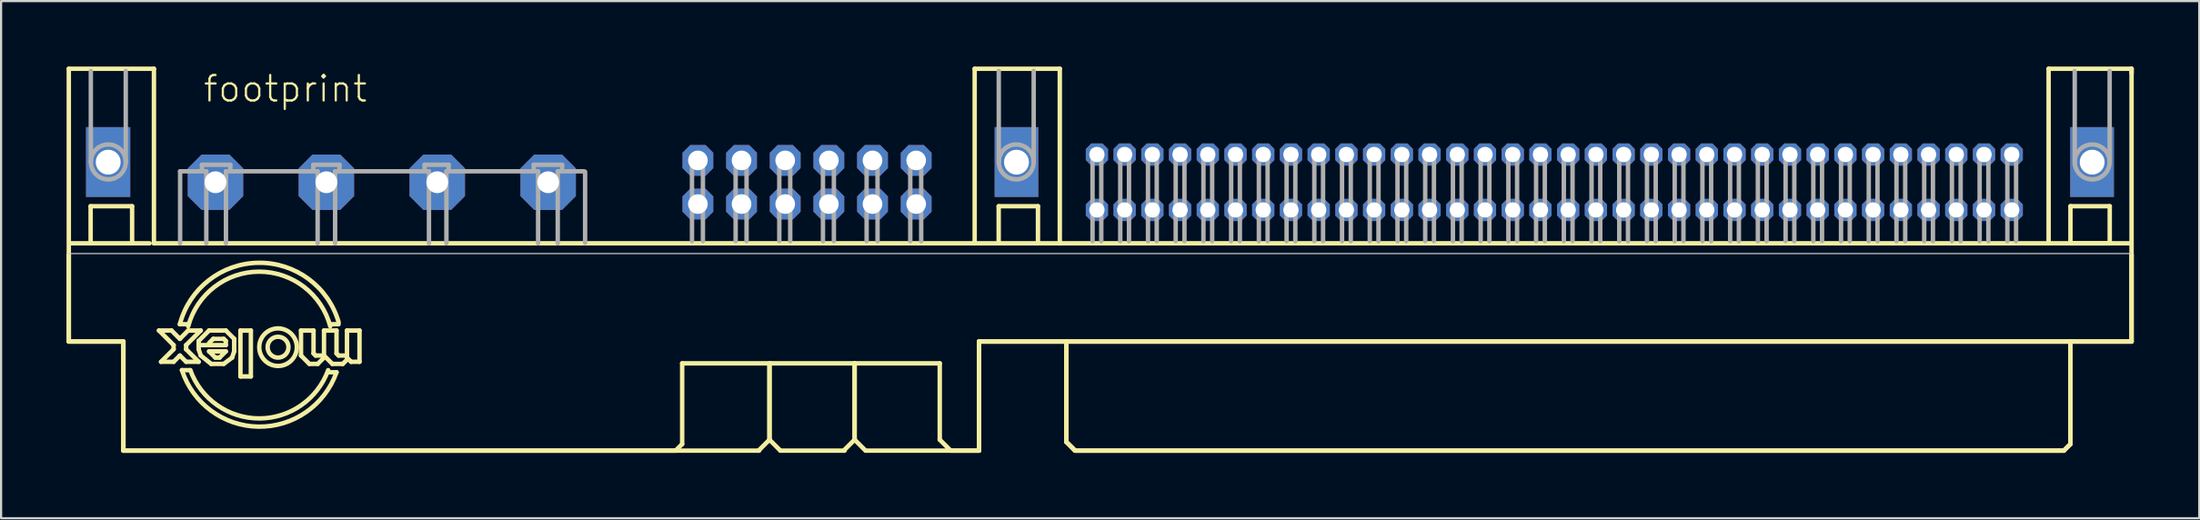
<source format=kicad_pcb>
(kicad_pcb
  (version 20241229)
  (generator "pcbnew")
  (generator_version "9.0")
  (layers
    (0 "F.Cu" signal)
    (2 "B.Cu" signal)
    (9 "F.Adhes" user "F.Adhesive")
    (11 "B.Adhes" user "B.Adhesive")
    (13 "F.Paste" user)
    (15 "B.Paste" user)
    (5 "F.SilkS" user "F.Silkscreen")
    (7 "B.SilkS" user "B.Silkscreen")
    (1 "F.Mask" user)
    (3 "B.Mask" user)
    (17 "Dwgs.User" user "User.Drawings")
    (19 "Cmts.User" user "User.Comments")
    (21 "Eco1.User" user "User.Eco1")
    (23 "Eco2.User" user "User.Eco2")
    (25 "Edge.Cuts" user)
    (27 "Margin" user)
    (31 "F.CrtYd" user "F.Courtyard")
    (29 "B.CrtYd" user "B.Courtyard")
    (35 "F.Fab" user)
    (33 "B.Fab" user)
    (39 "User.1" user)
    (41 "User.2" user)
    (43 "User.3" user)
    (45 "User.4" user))
  (footprint "footprint"
    (layer "F.Cu")
    (at 47.202 5.302)
    (property "Reference" "footprint" (at -41 -3.6 0) (layer "F.SilkS") (effects (font (size 1.168 1.168) (thickness 0.102)) (justify left bottom)))
    (fp_poly (pts (xy -46.31 0.675) (xy -44.285 0.675) (xy -44.285 -2.525) (xy -46.31 -2.525)) (stroke (width 0) (type solid)) (fill yes) (layer "F.Cu"))
    (fp_poly (pts (xy -4.685 0.675) (xy -2.685 0.675) (xy -2.685 -2.525) (xy -4.685 -2.525)) (stroke (width 0) (type solid)) (fill yes) (layer "F.Cu"))
    (fp_poly (pts (xy 44.59 0.675) (xy 46.59 0.675) (xy 46.59 -2.525) (xy 44.59 -2.525)) (stroke (width 0) (type solid)) (fill yes) (layer "F.Cu"))
    (fp_poly (pts (xy -46.31 0.675) (xy -44.285 0.675) (xy -44.285 -2.525) (xy -46.31 -2.525)) (stroke (width 0) (type solid)) (fill yes) (layer "B.Cu"))
    (fp_poly (pts (xy -4.685 0.675) (xy -2.685 0.675) (xy -2.685 -2.525) (xy -4.685 -2.525)) (stroke (width 0) (type solid)) (fill yes) (layer "B.Cu"))
    (fp_poly (pts (xy 44.59 0.675) (xy 46.59 0.675) (xy 46.59 -2.525) (xy 44.59 -2.525)) (stroke (width 0) (type solid)) (fill yes) (layer "B.Cu"))
    (fp_line (start -47.1 -5.2) (end -43.2 -5.2) (stroke (width 0.203) (type solid)) (layer "F.SilkS"))
    (fp_line (start -47.1 7.3) (end -47.1 -5.2) (stroke (width 0.203) (type solid)) (layer "F.SilkS"))
    (fp_line (start -47.1 7.3) (end -47.1 3.317) (stroke (width 0.203) (type solid)) (layer "F.SilkS"))
    (fp_line (start -47 2.8) (end -43.4 2.8) (stroke (width 0.203) (type solid)) (layer "F.SilkS"))
    (fp_line (start -46.1 1.1) (end -44.2 1.1) (stroke (width 0.203) (type solid)) (layer "F.SilkS"))
    (fp_line (start -46.1 2.7) (end -46.1 1.1) (stroke (width 0.203) (type solid)) (layer "F.SilkS"))
    (fp_line (start -44.6 7.3) (end -47.1 7.3) (stroke (width 0.203) (type solid)) (layer "F.SilkS"))
    (fp_line (start -44.6 7.3) (end -47.1 7.3) (stroke (width 0.203) (type solid)) (layer "F.SilkS"))
    (fp_line (start -44.6 12.3) (end -44.6 7.3) (stroke (width 0.203) (type solid)) (layer "F.SilkS"))
    (fp_line (start -44.6 12.3) (end -44.6 7.3) (stroke (width 0.203) (type solid)) (layer "F.SilkS"))
    (fp_line (start -44.2 1.1) (end -44.2 2.7) (stroke (width 0.203) (type solid)) (layer "F.SilkS"))
    (fp_line (start -43.2 -5.2) (end -43.2 2.8) (stroke (width 0.203) (type solid)) (layer "F.SilkS"))
    (fp_line (start -42.969 6.795) (end -42.395 6.795) (stroke (width 0.203) (type solid)) (layer "F.SilkS"))
    (fp_line (start -42.874 8.23) (end -42.299 7.656) (stroke (width 0.203) (type solid)) (layer "F.SilkS"))
    (fp_line (start -42.395 6.795) (end -42.012 7.178) (stroke (width 0.203) (type solid)) (layer "F.SilkS"))
    (fp_line (start -42.299 7.465) (end -42.969 6.795) (stroke (width 0.203) (type solid)) (layer "F.SilkS"))
    (fp_line (start -42.299 7.656) (end -42.299 7.465) (stroke (width 0.203) (type solid)) (layer "F.SilkS"))
    (fp_line (start -42.299 8.23) (end -42.874 8.23) (stroke (width 0.203) (type solid)) (layer "F.SilkS"))
    (fp_line (start -42.012 7.178) (end -41.63 6.795) (stroke (width 0.203) (type solid)) (layer "F.SilkS"))
    (fp_line (start -42.012 7.943) (end -42.299 8.23) (stroke (width 0.203) (type solid)) (layer "F.SilkS"))
    (fp_line (start -41.725 7.465) (end -41.725 7.656) (stroke (width 0.203) (type solid)) (layer "F.SilkS"))
    (fp_line (start -41.725 7.656) (end -41.151 8.23) (stroke (width 0.203) (type solid)) (layer "F.SilkS"))
    (fp_line (start -41.725 8.23) (end -42.012 7.943) (stroke (width 0.203) (type solid)) (layer "F.SilkS"))
    (fp_line (start -41.63 6.508) (end -42.012 6.508) (stroke (width 0.203) (type solid)) (layer "F.SilkS"))
    (fp_line (start -41.63 6.795) (end -41.055 6.795) (stroke (width 0.203) (type solid)) (layer "F.SilkS"))
    (fp_line (start -41.534 8.613) (end -41.917 8.613) (stroke (width 0.203) (type solid)) (layer "F.SilkS"))
    (fp_line (start -41.151 7.273) (end -41.151 7.656) (stroke (width 0.203) (type solid)) (layer "F.SilkS"))
    (fp_line (start -41.151 7.656) (end -41.055 7.943) (stroke (width 0.203) (type solid)) (layer "F.SilkS"))
    (fp_line (start -41.151 8.23) (end -41.725 8.23) (stroke (width 0.203) (type solid)) (layer "F.SilkS"))
    (fp_line (start -41.055 6.795) (end -41.725 7.465) (stroke (width 0.203) (type solid)) (layer "F.SilkS"))
    (fp_line (start -41.055 7.943) (end -40.577 8.326) (stroke (width 0.203) (type solid)) (layer "F.SilkS"))
    (fp_line (start -40.673 6.795) (end -41.151 7.273) (stroke (width 0.203) (type solid)) (layer "F.SilkS"))
    (fp_line (start -40.673 7.752) (end -40.385 8.039) (stroke (width 0.203) (type solid)) (layer "F.SilkS"))
    (fp_line (start -40.577 8.326) (end -40.003 8.326) (stroke (width 0.203) (type solid)) (layer "F.SilkS"))
    (fp_line (start -40.481 7.178) (end -40.673 7.369) (stroke (width 0.203) (type solid)) (layer "F.SilkS"))
    (fp_line (start -40.385 8.039) (end -40.194 8.039) (stroke (width 0.203) (type solid)) (layer "F.SilkS"))
    (fp_line (start -40.194 8.039) (end -39.907 7.752) (stroke (width 0.203) (type solid)) (layer "F.SilkS"))
    (fp_line (start -40.003 7.178) (end -40.481 7.178) (stroke (width 0.203) (type solid)) (layer "F.SilkS"))
    (fp_line (start -40.003 8.326) (end -39.62 8.039) (stroke (width 0.203) (type solid)) (layer "F.SilkS"))
    (fp_line (start -39.907 6.795) (end -40.673 6.795) (stroke (width 0.203) (type solid)) (layer "F.SilkS"))
    (fp_line (start -39.907 7.273) (end -40.003 7.178) (stroke (width 0.203) (type solid)) (layer "F.SilkS"))
    (fp_line (start -39.907 7.465) (end -41.055 7.465) (stroke (width 0.203) (type solid)) (layer "F.SilkS"))
    (fp_line (start -39.907 7.465) (end -39.907 7.273) (stroke (width 0.203) (type solid)) (layer "F.SilkS"))
    (fp_line (start -39.907 7.752) (end -40.673 7.752) (stroke (width 0.203) (type solid)) (layer "F.SilkS"))
    (fp_line (start -39.62 8.039) (end -39.524 7.752) (stroke (width 0.203) (type solid)) (layer "F.SilkS"))
    (fp_line (start -39.524 7.178) (end -39.907 6.795) (stroke (width 0.203) (type solid)) (layer "F.SilkS"))
    (fp_line (start -39.524 7.752) (end -39.524 7.178) (stroke (width 0.203) (type solid)) (layer "F.SilkS"))
    (fp_line (start -39.237 6.795) (end -39.237 8.9) (stroke (width 0.203) (type solid)) (layer "F.SilkS"))
    (fp_line (start -39.237 8.9) (end -38.759 8.9) (stroke (width 0.203) (type solid)) (layer "F.SilkS"))
    (fp_line (start -38.759 6.795) (end -39.237 6.795) (stroke (width 0.203) (type solid)) (layer "F.SilkS"))
    (fp_line (start -38.759 8.9) (end -38.759 6.795) (stroke (width 0.203) (type solid)) (layer "F.SilkS"))
    (fp_line (start -36.462 6.795) (end -36.462 7.943) (stroke (width 0.203) (type solid)) (layer "F.SilkS"))
    (fp_line (start -36.462 7.943) (end -36.079 8.326) (stroke (width 0.203) (type solid)) (layer "F.SilkS"))
    (fp_line (start -36.079 8.326) (end -35.696 8.326) (stroke (width 0.203) (type solid)) (layer "F.SilkS"))
    (fp_line (start -35.888 6.795) (end -36.462 6.795) (stroke (width 0.203) (type solid)) (layer "F.SilkS"))
    (fp_line (start -35.888 7.847) (end -35.888 6.795) (stroke (width 0.203) (type solid)) (layer "F.SilkS"))
    (fp_line (start -35.792 7.943) (end -35.888 7.847) (stroke (width 0.203) (type solid)) (layer "F.SilkS"))
    (fp_line (start -35.696 8.326) (end -35.409 8.039) (stroke (width 0.203) (type solid)) (layer "F.SilkS"))
    (fp_line (start -35.505 7.943) (end -35.792 7.943) (stroke (width 0.203) (type solid)) (layer "F.SilkS"))
    (fp_line (start -35.409 6.795) (end -35.409 7.943) (stroke (width 0.203) (type solid)) (layer "F.SilkS"))
    (fp_line (start -35.409 7.943) (end -35.026 8.326) (stroke (width 0.203) (type solid)) (layer "F.SilkS"))
    (fp_line (start -35.218 8.709) (end -34.835 8.709) (stroke (width 0.203) (type solid)) (layer "F.SilkS"))
    (fp_line (start -35.122 6.508) (end -34.739 6.508) (stroke (width 0.203) (type solid)) (layer "F.SilkS"))
    (fp_line (start -35.026 8.326) (end -34.548 8.326) (stroke (width 0.203) (type solid)) (layer "F.SilkS"))
    (fp_line (start -34.835 6.795) (end -35.409 6.795) (stroke (width 0.203) (type solid)) (layer "F.SilkS"))
    (fp_line (start -34.835 7.847) (end -34.835 6.795) (stroke (width 0.203) (type solid)) (layer "F.SilkS"))
    (fp_line (start -34.739 7.943) (end -34.835 7.847) (stroke (width 0.203) (type solid)) (layer "F.SilkS"))
    (fp_line (start -34.548 8.326) (end -34.356 8.135) (stroke (width 0.203) (type solid)) (layer "F.SilkS"))
    (fp_line (start -34.452 7.943) (end -34.739 7.943) (stroke (width 0.203) (type solid)) (layer "F.SilkS"))
    (fp_line (start -34.356 6.795) (end -34.356 8.039) (stroke (width 0.203) (type solid)) (layer "F.SilkS"))
    (fp_line (start -34.356 8.039) (end -34.165 8.23) (stroke (width 0.203) (type solid)) (layer "F.SilkS"))
    (fp_line (start -34.165 8.23) (end -33.782 8.23) (stroke (width 0.203) (type solid)) (layer "F.SilkS"))
    (fp_line (start -33.782 6.795) (end -34.356 6.795) (stroke (width 0.203) (type solid)) (layer "F.SilkS"))
    (fp_line (start -33.782 8.23) (end -33.782 6.795) (stroke (width 0.203) (type solid)) (layer "F.SilkS"))
    (fp_line (start -19.3 12.3) (end -44.6 12.3) (stroke (width 0.203) (type solid)) (layer "F.SilkS"))
    (fp_line (start -19 8.3) (end -19 12) (stroke (width 0.203) (type solid)) (layer "F.SilkS"))
    (fp_line (start -19 12) (end -19.3 12.3) (stroke (width 0.203) (type solid)) (layer "F.SilkS"))
    (fp_line (start -15.5 12.3) (end -44.6 12.3) (stroke (width 0.203) (type solid)) (layer "F.SilkS"))
    (fp_line (start -15.5 12.3) (end -15.472 12.3) (stroke (width 0.203) (type solid)) (layer "F.SilkS"))
    (fp_line (start -15 8.3) (end -19 8.3) (stroke (width 0.203) (type solid)) (layer "F.SilkS"))
    (fp_line (start -15 11.8) (end -15.5 12.3) (stroke (width 0.203) (type solid)) (layer "F.SilkS"))
    (fp_line (start -15 11.8) (end -15 8.3) (stroke (width 0.203) (type solid)) (layer "F.SilkS"))
    (fp_line (start -15 11.8) (end -15 8.3) (stroke (width 0.203) (type solid)) (layer "F.SilkS"))
    (fp_line (start -14.5 12.3) (end -15 11.8) (stroke (width 0.203) (type solid)) (layer "F.SilkS"))
    (fp_line (start -11.557 12.3) (end -14.5 12.3) (stroke (width 0.203) (type solid)) (layer "F.SilkS"))
    (fp_line (start -11.172 8.3) (end -14.951 8.3) (stroke (width 0.203) (type solid)) (layer "F.SilkS"))
    (fp_line (start -11.1 8.3) (end -11.1 11.8) (stroke (width 0.203) (type solid)) (layer "F.SilkS"))
    (fp_line (start -11.1 8.3) (end -11.1 11.8) (stroke (width 0.203) (type solid)) (layer "F.SilkS"))
    (fp_line (start -11.1 11.8) (end -11.6 12.3) (stroke (width 0.203) (type solid)) (layer "F.SilkS"))
    (fp_line (start -11.1 11.8) (end -10.6 12.3) (stroke (width 0.203) (type solid)) (layer "F.SilkS"))
    (fp_line (start -10.588 12.3) (end -5.4 12.3) (stroke (width 0.203) (type solid)) (layer "F.SilkS"))
    (fp_line (start -7.2 8.3) (end -11.1 8.3) (stroke (width 0.203) (type solid)) (layer "F.SilkS"))
    (fp_line (start -7.2 11.8) (end -7.2 8.3) (stroke (width 0.203) (type solid)) (layer "F.SilkS"))
    (fp_line (start -6.7 12.3) (end -7.2 11.8) (stroke (width 0.203) (type solid)) (layer "F.SilkS"))
    (fp_line (start -5.6 -5.2) (end -1.7 -5.2) (stroke (width 0.203) (type solid)) (layer "F.SilkS"))
    (fp_line (start -5.6 2.8) (end -43.2 2.8) (stroke (width 0.203) (type solid)) (layer "F.SilkS"))
    (fp_line (start -5.6 2.8) (end -5.6 -5.2) (stroke (width 0.203) (type solid)) (layer "F.SilkS"))
    (fp_line (start -5.4 7.3) (end -5.4 12.3) (stroke (width 0.203) (type solid)) (layer "F.SilkS"))
    (fp_line (start -5.4 7.3) (end -5.4 12.3) (stroke (width 0.203) (type solid)) (layer "F.SilkS"))
    (fp_line (start -5.4 12.3) (end -6.7 12.3) (stroke (width 0.203) (type solid)) (layer "F.SilkS"))
    (fp_line (start -4.6 2.8) (end -5.6 2.8) (stroke (width 0.203) (type solid)) (layer "F.SilkS"))
    (fp_line (start -4.5 1.1) (end -2.7 1.1) (stroke (width 0.203) (type solid)) (layer "F.SilkS"))
    (fp_line (start -4.5 2.8) (end -4.5 1.1) (stroke (width 0.203) (type solid)) (layer "F.SilkS"))
    (fp_line (start -2.7 1.1) (end -2.7 2.8) (stroke (width 0.203) (type solid)) (layer "F.SilkS"))
    (fp_line (start -2.7 2.8) (end -4.5 2.8) (stroke (width 0.203) (type solid)) (layer "F.SilkS"))
    (fp_line (start -1.7 -5.2) (end -1.7 2.8) (stroke (width 0.203) (type solid)) (layer "F.SilkS"))
    (fp_line (start -1.7 2.8) (end -2.6 2.8) (stroke (width 0.203) (type solid)) (layer "F.SilkS"))
    (fp_line (start -1.4 7.3) (end -5.4 7.3) (stroke (width 0.203) (type solid)) (layer "F.SilkS"))
    (fp_line (start -1.4 7.3) (end -5.4 7.3) (stroke (width 0.203) (type solid)) (layer "F.SilkS"))
    (fp_line (start -1.4 7.3) (end -1.4 11.9) (stroke (width 0.203) (type solid)) (layer "F.SilkS"))
    (fp_line (start -1.4 7.3) (end -1.4 11.9) (stroke (width 0.203) (type solid)) (layer "F.SilkS"))
    (fp_line (start -1.4 11.9) (end -1 12.3) (stroke (width 0.203) (type solid)) (layer "F.SilkS"))
    (fp_line (start -1.4 11.9) (end -1 12.3) (stroke (width 0.203) (type solid)) (layer "F.SilkS"))
    (fp_line (start -1 12.3) (end 44.3 12.3) (stroke (width 0.203) (type solid)) (layer "F.SilkS"))
    (fp_line (start -1 12.3) (end 44.3 12.3) (stroke (width 0.203) (type solid)) (layer "F.SilkS"))
    (fp_line (start 43.6 -5.2) (end 43.6 2.8) (stroke (width 0.203) (type solid)) (layer "F.SilkS"))
    (fp_line (start 43.6 2.8) (end -1.7 2.8) (stroke (width 0.203) (type solid)) (layer "F.SilkS"))
    (fp_line (start 44.6 1.1) (end 46.4 1.1) (stroke (width 0.203) (type solid)) (layer "F.SilkS"))
    (fp_line (start 44.6 2.8) (end 44.6 1.1) (stroke (width 0.203) (type solid)) (layer "F.SilkS"))
    (fp_line (start 44.6 7.3) (end -1.4 7.3) (stroke (width 0.203) (type solid)) (layer "F.SilkS"))
    (fp_line (start 44.6 7.3) (end -1.4 7.3) (stroke (width 0.203) (type solid)) (layer "F.SilkS"))
    (fp_line (start 44.6 7.3) (end 44.6 12) (stroke (width 0.203) (type solid)) (layer "F.SilkS"))
    (fp_line (start 44.6 7.3) (end 44.6 12) (stroke (width 0.203) (type solid)) (layer "F.SilkS"))
    (fp_line (start 44.6 12) (end 44.3 12.3) (stroke (width 0.203) (type solid)) (layer "F.SilkS"))
    (fp_line (start 44.6 12) (end 44.3 12.3) (stroke (width 0.203) (type solid)) (layer "F.SilkS"))
    (fp_line (start 46.4 1.1) (end 46.4 2.8) (stroke (width 0.203) (type solid)) (layer "F.SilkS"))
    (fp_line (start 46.4 2.8) (end 44.6 2.8) (stroke (width 0.203) (type solid)) (layer "F.SilkS"))
    (fp_line (start 47.332 2.8) (end 43.662 2.8) (stroke (width 0.203) (type solid)) (layer "F.SilkS"))
    (fp_line (start 47.4 -5.2) (end 43.6 -5.2) (stroke (width 0.203) (type solid)) (layer "F.SilkS"))
    (fp_line (start 47.4 -5) (end 47.4 -5.2) (stroke (width 0.203) (type solid)) (layer "F.SilkS"))
    (fp_line (start 47.4 7.3) (end 44.6 7.3) (stroke (width 0.203) (type solid)) (layer "F.SilkS"))
    (fp_line (start 47.4 7.3) (end 44.6 7.3) (stroke (width 0.203) (type solid)) (layer "F.SilkS"))
    (fp_line (start 47.4 7.3) (end 47.4 -5.2) (stroke (width 0.203) (type solid)) (layer "F.SilkS"))
    (fp_line (start 47.4 7.3) (end 47.4 3.317) (stroke (width 0.203) (type solid)) (layer "F.SilkS"))
    (fp_arc (start -42.012 6.508) (mid -38.411821 3.692125) (end -34.738799 6.4123) (stroke (width 0.2032) (type solid)) (layer "F.SilkS"))
    (fp_arc (start -41.6295 6.6033) (mid -38.3757 4.098734) (end -35.1219 6.6033) (stroke (width 0.2032) (type solid)) (layer "F.SilkS"))
    (fp_arc (start -35.2178 8.613) (mid -38.3759 10.825019) (end -41.534 8.613) (stroke (width 0.2032) (type solid)) (layer "F.SilkS"))
    (fp_arc (start -34.835199 8.708699) (mid -38.41044 11.20211) (end -41.917 8.613) (stroke (width 0.2032) (type solid)) (layer "F.SilkS"))
    (fp_circle (center -37.514 7.56) (end -37.036 7.56) (stroke (width 0.203) (type solid)) (fill no) (layer "F.SilkS"))
    (fp_circle (center -37.514 7.56) (end -36.653 7.56) (stroke (width 0.203) (type solid)) (fill no) (layer "F.SilkS"))
    (fp_line (start -47.124 3.27) (end 47.404 3.27) (stroke (width 0.05) (type solid)) (layer "Edge.Cuts"))
    (fp_line (start -46.091 -5.1) (end -46.091 -0.93) (stroke (width 0.203) (type solid)) (layer "F.Fab"))
    (fp_line (start -44.491 -5.1) (end -44.491 -0.93) (stroke (width 0.203) (type solid)) (layer "F.Fab"))
    (fp_line (start -42 -0.5) (end -40.8 -0.5) (stroke (width 0.203) (type solid)) (layer "F.Fab"))
    (fp_line (start -42 2.8) (end -42 -0.5) (stroke (width 0.203) (type solid)) (layer "F.Fab"))
    (fp_line (start -41 -0.8) (end -39.7 -0.8) (stroke (width 0.203) (type solid)) (layer "F.Fab"))
    (fp_line (start -41 -0.6) (end -41 -0.8) (stroke (width 0.203) (type solid)) (layer "F.Fab"))
    (fp_line (start -40.8 -0.5) (end -40.8 2.8) (stroke (width 0.203) (type solid)) (layer "F.Fab"))
    (fp_line (start -39.9 -0.5) (end -35.7 -0.5) (stroke (width 0.203) (type solid)) (layer "F.Fab"))
    (fp_line (start -39.9 2.8) (end -39.9 -0.5) (stroke (width 0.203) (type solid)) (layer "F.Fab"))
    (fp_line (start -39.7 -0.8) (end -39.7 -0.6) (stroke (width 0.203) (type solid)) (layer "F.Fab"))
    (fp_line (start -35.9 -0.8) (end -34.7 -0.8) (stroke (width 0.203) (type solid)) (layer "F.Fab"))
    (fp_line (start -35.9 -0.6) (end -35.9 -0.8) (stroke (width 0.203) (type solid)) (layer "F.Fab"))
    (fp_line (start -35.7 -0.5) (end -35.7 2.8) (stroke (width 0.203) (type solid)) (layer "F.Fab"))
    (fp_line (start -34.9 -0.5) (end -30.6 -0.5) (stroke (width 0.203) (type solid)) (layer "F.Fab"))
    (fp_line (start -34.9 2.8) (end -34.9 -0.5) (stroke (width 0.203) (type solid)) (layer "F.Fab"))
    (fp_line (start -34.7 -0.8) (end -34.7 -0.6) (stroke (width 0.203) (type solid)) (layer "F.Fab"))
    (fp_line (start -30.8 -0.8) (end -29.7 -0.8) (stroke (width 0.203) (type solid)) (layer "F.Fab"))
    (fp_line (start -30.8 -0.6) (end -30.8 -0.8) (stroke (width 0.203) (type solid)) (layer "F.Fab"))
    (fp_line (start -30.6 -0.5) (end -30.6 2.8) (stroke (width 0.203) (type solid)) (layer "F.Fab"))
    (fp_line (start -29.8 -0.5) (end -25.6 -0.5) (stroke (width 0.203) (type solid)) (layer "F.Fab"))
    (fp_line (start -29.8 2.8) (end -29.8 -0.5) (stroke (width 0.203) (type solid)) (layer "F.Fab"))
    (fp_line (start -29.7 -0.8) (end -29.7 -0.6) (stroke (width 0.203) (type solid)) (layer "F.Fab"))
    (fp_line (start -25.8 -0.8) (end -24.5 -0.8) (stroke (width 0.203) (type solid)) (layer "F.Fab"))
    (fp_line (start -25.8 -0.6) (end -25.8 -0.8) (stroke (width 0.203) (type solid)) (layer "F.Fab"))
    (fp_line (start -25.6 -0.5) (end -25.6 2.8) (stroke (width 0.203) (type solid)) (layer "F.Fab"))
    (fp_line (start -24.7 -0.5) (end -23.5 -0.5) (stroke (width 0.203) (type solid)) (layer "F.Fab"))
    (fp_line (start -24.7 2.8) (end -24.7 -0.5) (stroke (width 0.203) (type solid)) (layer "F.Fab"))
    (fp_line (start -24.5 -0.8) (end -24.5 -0.6) (stroke (width 0.203) (type solid)) (layer "F.Fab"))
    (fp_line (start -23.447 -0.479) (end -23.447 2.775) (stroke (width 0.203) (type solid)) (layer "F.Fab"))
    (fp_line (start -18.55 -1.2) (end -18.05 -1.2) (stroke (width 0.203) (type solid)) (layer "F.Fab"))
    (fp_line (start -18.55 2.7) (end -18.55 -1.2) (stroke (width 0.203) (type solid)) (layer "F.Fab"))
    (fp_line (start -18.05 -1.2) (end -18.05 2.7) (stroke (width 0.203) (type solid)) (layer "F.Fab"))
    (fp_line (start -16.55 -1.2) (end -16.05 -1.2) (stroke (width 0.203) (type solid)) (layer "F.Fab"))
    (fp_line (start -16.55 2.7) (end -16.55 -1.2) (stroke (width 0.203) (type solid)) (layer "F.Fab"))
    (fp_line (start -16.05 -1.2) (end -16.05 2.7) (stroke (width 0.203) (type solid)) (layer "F.Fab"))
    (fp_line (start -14.55 -1.2) (end -14.05 -1.2) (stroke (width 0.203) (type solid)) (layer "F.Fab"))
    (fp_line (start -14.55 2.7) (end -14.55 -1.2) (stroke (width 0.203) (type solid)) (layer "F.Fab"))
    (fp_line (start -14.05 -1.2) (end -14.05 2.7) (stroke (width 0.203) (type solid)) (layer "F.Fab"))
    (fp_line (start -12.55 -1.2) (end -12.05 -1.2) (stroke (width 0.203) (type solid)) (layer "F.Fab"))
    (fp_line (start -12.55 2.7) (end -12.55 -1.2) (stroke (width 0.203) (type solid)) (layer "F.Fab"))
    (fp_line (start -12.05 -1.2) (end -12.05 2.7) (stroke (width 0.203) (type solid)) (layer "F.Fab"))
    (fp_line (start -10.55 -1.2) (end -10.05 -1.2) (stroke (width 0.203) (type solid)) (layer "F.Fab"))
    (fp_line (start -10.55 2.7) (end -10.55 -1.2) (stroke (width 0.203) (type solid)) (layer "F.Fab"))
    (fp_line (start -10.05 -1.2) (end -10.05 2.7) (stroke (width 0.203) (type solid)) (layer "F.Fab"))
    (fp_line (start -8.55 -1.2) (end -8.05 -1.2) (stroke (width 0.203) (type solid)) (layer "F.Fab"))
    (fp_line (start -8.55 2.7) (end -8.55 -1.2) (stroke (width 0.203) (type solid)) (layer "F.Fab"))
    (fp_line (start -8.05 -1.2) (end -8.05 2.7) (stroke (width 0.203) (type solid)) (layer "F.Fab"))
    (fp_line (start -4.496 -0.93) (end -4.496 -5.1) (stroke (width 0.203) (type solid)) (layer "F.Fab"))
    (fp_line (start -2.896 -0.93) (end -2.896 -5.1) (stroke (width 0.203) (type solid)) (layer "F.Fab"))
    (fp_line (start -0.2 -1.438) (end 0.2 -1.438) (stroke (width 0.203) (type solid)) (layer "F.Fab"))
    (fp_line (start -0.2 2.7) (end -0.2 -1.438) (stroke (width 0.203) (type solid)) (layer "F.Fab"))
    (fp_line (start 0.2 -1.438) (end 0.2 2.7) (stroke (width 0.203) (type solid)) (layer "F.Fab"))
    (fp_line (start 1.07 -1.438) (end 1.47 -1.438) (stroke (width 0.203) (type solid)) (layer "F.Fab"))
    (fp_line (start 1.07 2.7) (end 1.07 -1.438) (stroke (width 0.203) (type solid)) (layer "F.Fab"))
    (fp_line (start 1.47 -1.438) (end 1.47 2.7) (stroke (width 0.203) (type solid)) (layer "F.Fab"))
    (fp_line (start 2.34 -1.438) (end 2.74 -1.438) (stroke (width 0.203) (type solid)) (layer "F.Fab"))
    (fp_line (start 2.34 2.7) (end 2.34 -1.438) (stroke (width 0.203) (type solid)) (layer "F.Fab"))
    (fp_line (start 2.74 -1.438) (end 2.74 2.7) (stroke (width 0.203) (type solid)) (layer "F.Fab"))
    (fp_line (start 3.61 -1.438) (end 4.01 -1.438) (stroke (width 0.203) (type solid)) (layer "F.Fab"))
    (fp_line (start 3.61 2.7) (end 3.61 -1.438) (stroke (width 0.203) (type solid)) (layer "F.Fab"))
    (fp_line (start 4.01 -1.438) (end 4.01 2.7) (stroke (width 0.203) (type solid)) (layer "F.Fab"))
    (fp_line (start 4.88 -1.438) (end 5.28 -1.438) (stroke (width 0.203) (type solid)) (layer "F.Fab"))
    (fp_line (start 4.88 2.7) (end 4.88 -1.438) (stroke (width 0.203) (type solid)) (layer "F.Fab"))
    (fp_line (start 5.28 -1.438) (end 5.28 2.7) (stroke (width 0.203) (type solid)) (layer "F.Fab"))
    (fp_line (start 6.15 -1.438) (end 6.55 -1.438) (stroke (width 0.203) (type solid)) (layer "F.Fab"))
    (fp_line (start 6.15 2.7) (end 6.15 -1.438) (stroke (width 0.203) (type solid)) (layer "F.Fab"))
    (fp_line (start 6.55 -1.438) (end 6.55 2.7) (stroke (width 0.203) (type solid)) (layer "F.Fab"))
    (fp_line (start 7.42 -1.438) (end 7.82 -1.438) (stroke (width 0.203) (type solid)) (layer "F.Fab"))
    (fp_line (start 7.42 2.7) (end 7.42 -1.438) (stroke (width 0.203) (type solid)) (layer "F.Fab"))
    (fp_line (start 7.82 -1.438) (end 7.82 2.7) (stroke (width 0.203) (type solid)) (layer "F.Fab"))
    (fp_line (start 8.69 -1.438) (end 9.09 -1.438) (stroke (width 0.203) (type solid)) (layer "F.Fab"))
    (fp_line (start 8.69 2.7) (end 8.69 -1.438) (stroke (width 0.203) (type solid)) (layer "F.Fab"))
    (fp_line (start 9.09 -1.438) (end 9.09 2.7) (stroke (width 0.203) (type solid)) (layer "F.Fab"))
    (fp_line (start 9.96 -1.438) (end 10.36 -1.438) (stroke (width 0.203) (type solid)) (layer "F.Fab"))
    (fp_line (start 9.96 2.7) (end 9.96 -1.438) (stroke (width 0.203) (type solid)) (layer "F.Fab"))
    (fp_line (start 10.36 -1.438) (end 10.36 2.7) (stroke (width 0.203) (type solid)) (layer "F.Fab"))
    (fp_line (start 11.23 -1.438) (end 11.63 -1.438) (stroke (width 0.203) (type solid)) (layer "F.Fab"))
    (fp_line (start 11.23 2.7) (end 11.23 -1.438) (stroke (width 0.203) (type solid)) (layer "F.Fab"))
    (fp_line (start 11.63 -1.438) (end 11.63 2.7) (stroke (width 0.203) (type solid)) (layer "F.Fab"))
    (fp_line (start 12.5 -1.438) (end 12.9 -1.438) (stroke (width 0.203) (type solid)) (layer "F.Fab"))
    (fp_line (start 12.5 2.7) (end 12.5 -1.438) (stroke (width 0.203) (type solid)) (layer "F.Fab"))
    (fp_line (start 12.9 -1.438) (end 12.9 2.7) (stroke (width 0.203) (type solid)) (layer "F.Fab"))
    (fp_line (start 13.77 -1.438) (end 14.17 -1.438) (stroke (width 0.203) (type solid)) (layer "F.Fab"))
    (fp_line (start 13.77 2.7) (end 13.77 -1.438) (stroke (width 0.203) (type solid)) (layer "F.Fab"))
    (fp_line (start 14.17 -1.438) (end 14.17 2.7) (stroke (width 0.203) (type solid)) (layer "F.Fab"))
    (fp_line (start 15.04 -1.438) (end 15.44 -1.438) (stroke (width 0.203) (type solid)) (layer "F.Fab"))
    (fp_line (start 15.04 2.7) (end 15.04 -1.438) (stroke (width 0.203) (type solid)) (layer "F.Fab"))
    (fp_line (start 15.44 -1.438) (end 15.44 2.7) (stroke (width 0.203) (type solid)) (layer "F.Fab"))
    (fp_line (start 16.31 -1.438) (end 16.71 -1.438) (stroke (width 0.203) (type solid)) (layer "F.Fab"))
    (fp_line (start 16.31 2.7) (end 16.31 -1.438) (stroke (width 0.203) (type solid)) (layer "F.Fab"))
    (fp_line (start 16.71 -1.438) (end 16.71 2.7) (stroke (width 0.203) (type solid)) (layer "F.Fab"))
    (fp_line (start 17.58 -1.438) (end 17.98 -1.438) (stroke (width 0.203) (type solid)) (layer "F.Fab"))
    (fp_line (start 17.58 2.7) (end 17.58 -1.438) (stroke (width 0.203) (type solid)) (layer "F.Fab"))
    (fp_line (start 17.98 -1.438) (end 17.98 2.7) (stroke (width 0.203) (type solid)) (layer "F.Fab"))
    (fp_line (start 18.85 -1.438) (end 19.25 -1.438) (stroke (width 0.203) (type solid)) (layer "F.Fab"))
    (fp_line (start 18.85 2.7) (end 18.85 -1.438) (stroke (width 0.203) (type solid)) (layer "F.Fab"))
    (fp_line (start 19.25 -1.438) (end 19.25 2.7) (stroke (width 0.203) (type solid)) (layer "F.Fab"))
    (fp_line (start 20.12 -1.438) (end 20.52 -1.438) (stroke (width 0.203) (type solid)) (layer "F.Fab"))
    (fp_line (start 20.12 2.7) (end 20.12 -1.438) (stroke (width 0.203) (type solid)) (layer "F.Fab"))
    (fp_line (start 20.52 -1.438) (end 20.52 2.7) (stroke (width 0.203) (type solid)) (layer "F.Fab"))
    (fp_line (start 21.39 -1.438) (end 21.79 -1.438) (stroke (width 0.203) (type solid)) (layer "F.Fab"))
    (fp_line (start 21.39 2.7) (end 21.39 -1.438) (stroke (width 0.203) (type solid)) (layer "F.Fab"))
    (fp_line (start 21.79 -1.438) (end 21.79 2.7) (stroke (width 0.203) (type solid)) (layer "F.Fab"))
    (fp_line (start 22.66 -1.438) (end 23.06 -1.438) (stroke (width 0.203) (type solid)) (layer "F.Fab"))
    (fp_line (start 22.66 2.7) (end 22.66 -1.438) (stroke (width 0.203) (type solid)) (layer "F.Fab"))
    (fp_line (start 23.06 -1.438) (end 23.06 2.7) (stroke (width 0.203) (type solid)) (layer "F.Fab"))
    (fp_line (start 23.93 -1.438) (end 24.33 -1.438) (stroke (width 0.203) (type solid)) (layer "F.Fab"))
    (fp_line (start 23.93 2.7) (end 23.93 -1.438) (stroke (width 0.203) (type solid)) (layer "F.Fab"))
    (fp_line (start 24.33 -1.438) (end 24.33 2.7) (stroke (width 0.203) (type solid)) (layer "F.Fab"))
    (fp_line (start 25.2 -1.438) (end 25.6 -1.438) (stroke (width 0.203) (type solid)) (layer "F.Fab"))
    (fp_line (start 25.2 2.7) (end 25.2 -1.438) (stroke (width 0.203) (type solid)) (layer "F.Fab"))
    (fp_line (start 25.6 -1.438) (end 25.6 2.7) (stroke (width 0.203) (type solid)) (layer "F.Fab"))
    (fp_line (start 26.47 -1.438) (end 26.87 -1.438) (stroke (width 0.203) (type solid)) (layer "F.Fab"))
    (fp_line (start 26.47 2.7) (end 26.47 -1.438) (stroke (width 0.203) (type solid)) (layer "F.Fab"))
    (fp_line (start 26.87 -1.438) (end 26.87 2.7) (stroke (width 0.203) (type solid)) (layer "F.Fab"))
    (fp_line (start 27.74 -1.438) (end 28.14 -1.438) (stroke (width 0.203) (type solid)) (layer "F.Fab"))
    (fp_line (start 27.74 2.7) (end 27.74 -1.438) (stroke (width 0.203) (type solid)) (layer "F.Fab"))
    (fp_line (start 28.14 -1.438) (end 28.14 2.7) (stroke (width 0.203) (type solid)) (layer "F.Fab"))
    (fp_line (start 29.01 -1.438) (end 29.41 -1.438) (stroke (width 0.203) (type solid)) (layer "F.Fab"))
    (fp_line (start 29.01 2.7) (end 29.01 -1.438) (stroke (width 0.203) (type solid)) (layer "F.Fab"))
    (fp_line (start 29.41 -1.438) (end 29.41 2.7) (stroke (width 0.203) (type solid)) (layer "F.Fab"))
    (fp_line (start 30.28 -1.438) (end 30.68 -1.438) (stroke (width 0.203) (type solid)) (layer "F.Fab"))
    (fp_line (start 30.28 2.7) (end 30.28 -1.438) (stroke (width 0.203) (type solid)) (layer "F.Fab"))
    (fp_line (start 30.68 -1.438) (end 30.68 2.7) (stroke (width 0.203) (type solid)) (layer "F.Fab"))
    (fp_line (start 31.55 -1.438) (end 31.95 -1.438) (stroke (width 0.203) (type solid)) (layer "F.Fab"))
    (fp_line (start 31.55 2.7) (end 31.55 -1.438) (stroke (width 0.203) (type solid)) (layer "F.Fab"))
    (fp_line (start 31.95 -1.438) (end 31.95 2.7) (stroke (width 0.203) (type solid)) (layer "F.Fab"))
    (fp_line (start 32.82 -1.438) (end 33.22 -1.438) (stroke (width 0.203) (type solid)) (layer "F.Fab"))
    (fp_line (start 32.82 2.7) (end 32.82 -1.438) (stroke (width 0.203) (type solid)) (layer "F.Fab"))
    (fp_line (start 33.22 -1.438) (end 33.22 2.7) (stroke (width 0.203) (type solid)) (layer "F.Fab"))
    (fp_line (start 34.09 -1.438) (end 34.49 -1.438) (stroke (width 0.203) (type solid)) (layer "F.Fab"))
    (fp_line (start 34.09 2.7) (end 34.09 -1.438) (stroke (width 0.203) (type solid)) (layer "F.Fab"))
    (fp_line (start 34.49 -1.438) (end 34.49 2.7) (stroke (width 0.203) (type solid)) (layer "F.Fab"))
    (fp_line (start 35.36 -1.438) (end 35.76 -1.438) (stroke (width 0.203) (type solid)) (layer "F.Fab"))
    (fp_line (start 35.36 2.7) (end 35.36 -1.438) (stroke (width 0.203) (type solid)) (layer "F.Fab"))
    (fp_line (start 35.76 -1.438) (end 35.76 2.7) (stroke (width 0.203) (type solid)) (layer "F.Fab"))
    (fp_line (start 36.63 -1.438) (end 37.03 -1.438) (stroke (width 0.203) (type solid)) (layer "F.Fab"))
    (fp_line (start 36.63 2.7) (end 36.63 -1.438) (stroke (width 0.203) (type solid)) (layer "F.Fab"))
    (fp_line (start 37.03 -1.438) (end 37.03 2.7) (stroke (width 0.203) (type solid)) (layer "F.Fab"))
    (fp_line (start 37.9 -1.438) (end 38.3 -1.438) (stroke (width 0.203) (type solid)) (layer "F.Fab"))
    (fp_line (start 37.9 2.7) (end 37.9 -1.438) (stroke (width 0.203) (type solid)) (layer "F.Fab"))
    (fp_line (start 38.3 -1.438) (end 38.3 2.7) (stroke (width 0.203) (type solid)) (layer "F.Fab"))
    (fp_line (start 39.17 -1.438) (end 39.57 -1.438) (stroke (width 0.203) (type solid)) (layer "F.Fab"))
    (fp_line (start 39.17 2.7) (end 39.17 -1.438) (stroke (width 0.203) (type solid)) (layer "F.Fab"))
    (fp_line (start 39.57 -1.438) (end 39.57 2.7) (stroke (width 0.203) (type solid)) (layer "F.Fab"))
    (fp_line (start 40.44 -1.438) (end 40.84 -1.438) (stroke (width 0.203) (type solid)) (layer "F.Fab"))
    (fp_line (start 40.44 2.7) (end 40.44 -1.438) (stroke (width 0.203) (type solid)) (layer "F.Fab"))
    (fp_line (start 40.84 -1.438) (end 40.84 2.7) (stroke (width 0.203) (type solid)) (layer "F.Fab"))
    (fp_line (start 41.71 -1.438) (end 42.11 -1.438) (stroke (width 0.203) (type solid)) (layer "F.Fab"))
    (fp_line (start 41.71 2.7) (end 41.71 -1.438) (stroke (width 0.203) (type solid)) (layer "F.Fab"))
    (fp_line (start 42.11 -1.438) (end 42.11 2.7) (stroke (width 0.203) (type solid)) (layer "F.Fab"))
    (fp_line (start 44.796 -0.93) (end 44.796 -5.1) (stroke (width 0.203) (type solid)) (layer "F.Fab"))
    (fp_line (start 46.396 -0.93) (end 46.396 -5.1) (stroke (width 0.203) (type solid)) (layer "F.Fab"))
    (fp_circle (center -45.291 -0.93) (end -44.491 -0.93) (stroke (width 0.203) (type solid)) (fill no) (layer "F.Fab"))
    (fp_circle (center -3.696 -0.93) (end -2.896 -0.93) (stroke (width 0.203) (type solid)) (fill no) (layer "F.Fab"))
    (fp_circle (center 45.596 -0.93) (end 46.396 -0.93) (stroke (width 0.203) (type solid)) (fill no) (layer "F.Fab"))
    (pad "" np_thru_hole circle (at -45.295 -0.92) (size 1.14 1.14) (drill 1.14) (layers "*.Cu" "*.Mask"))
    (pad "" np_thru_hole circle (at -3.685 -0.92) (size 1.14 1.14) (drill 1.14) (layers "*.Cu" "*.Mask"))
    (pad "" np_thru_hole circle (at 45.595 -0.92) (size 1.14 1.14) (drill 1.14) (layers "*.Cu" "*.Mask"))
    (pad "1" thru_hole roundrect (at 0 -1.27) (size 1.016 1.016) (drill 0.7) (layers "*.Cu" "*.Mask") (roundrect_rratio 0.25) (chamfer_ratio 0.25) (chamfer top_left top_right bottom_left bottom_right))
    (pad "2" thru_hole roundrect (at 1.27 -1.27) (size 1.016 1.016) (drill 0.7) (layers "*.Cu" "*.Mask") (roundrect_rratio 0.25) (chamfer_ratio 0.25) (chamfer top_left top_right bottom_left bottom_right))
    (pad "3" thru_hole roundrect (at 2.54 -1.27) (size 1.016 1.016) (drill 0.7) (layers "*.Cu" "*.Mask") (roundrect_rratio 0.25) (chamfer_ratio 0.25) (chamfer top_left top_right bottom_left bottom_right))
    (pad "4" thru_hole roundrect (at 3.81 -1.27) (size 1.016 1.016) (drill 0.7) (layers "*.Cu" "*.Mask") (roundrect_rratio 0.25) (chamfer_ratio 0.25) (chamfer top_left top_right bottom_left bottom_right))
    (pad "5" thru_hole roundrect (at 5.08 -1.27) (size 1.016 1.016) (drill 0.7) (layers "*.Cu" "*.Mask") (roundrect_rratio 0.25) (chamfer_ratio 0.25) (chamfer top_left top_right bottom_left bottom_right))
    (pad "6" thru_hole roundrect (at 6.35 -1.27) (size 1.016 1.016) (drill 0.7) (layers "*.Cu" "*.Mask") (roundrect_rratio 0.25) (chamfer_ratio 0.25) (chamfer top_left top_right bottom_left bottom_right))
    (pad "7" thru_hole roundrect (at 7.62 -1.27) (size 1.016 1.016) (drill 0.7) (layers "*.Cu" "*.Mask") (roundrect_rratio 0.25) (chamfer_ratio 0.25) (chamfer top_left top_right bottom_left bottom_right))
    (pad "8" thru_hole roundrect (at 8.89 -1.27) (size 1.016 1.016) (drill 0.7) (layers "*.Cu" "*.Mask") (roundrect_rratio 0.25) (chamfer_ratio 0.25) (chamfer top_left top_right bottom_left bottom_right))
    (pad "9" thru_hole roundrect (at 10.16 -1.27) (size 1.016 1.016) (drill 0.7) (layers "*.Cu" "*.Mask") (roundrect_rratio 0.25) (chamfer_ratio 0.25) (chamfer top_left top_right bottom_left bottom_right))
    (pad "10" thru_hole roundrect (at 11.43 -1.27) (size 1.016 1.016) (drill 0.7) (layers "*.Cu" "*.Mask") (roundrect_rratio 0.25) (chamfer_ratio 0.25) (chamfer top_left top_right bottom_left bottom_right))
    (pad "11" thru_hole roundrect (at 12.7 -1.27) (size 1.016 1.016) (drill 0.7) (layers "*.Cu" "*.Mask") (roundrect_rratio 0.25) (chamfer_ratio 0.25) (chamfer top_left top_right bottom_left bottom_right))
    (pad "12" thru_hole roundrect (at 13.97 -1.27) (size 1.016 1.016) (drill 0.7) (layers "*.Cu" "*.Mask") (roundrect_rratio 0.25) (chamfer_ratio 0.25) (chamfer top_left top_right bottom_left bottom_right))
    (pad "13" thru_hole roundrect (at 15.24 -1.27) (size 1.016 1.016) (drill 0.7) (layers "*.Cu" "*.Mask") (roundrect_rratio 0.25) (chamfer_ratio 0.25) (chamfer top_left top_right bottom_left bottom_right))
    (pad "14" thru_hole roundrect (at 16.51 -1.27) (size 1.016 1.016) (drill 0.7) (layers "*.Cu" "*.Mask") (roundrect_rratio 0.25) (chamfer_ratio 0.25) (chamfer top_left top_right bottom_left bottom_right))
    (pad "15" thru_hole roundrect (at 17.78 -1.27) (size 1.016 1.016) (drill 0.7) (layers "*.Cu" "*.Mask") (roundrect_rratio 0.25) (chamfer_ratio 0.25) (chamfer top_left top_right bottom_left bottom_right))
    (pad "16" thru_hole roundrect (at 19.05 -1.27) (size 1.016 1.016) (drill 0.7) (layers "*.Cu" "*.Mask") (roundrect_rratio 0.25) (chamfer_ratio 0.25) (chamfer top_left top_right bottom_left bottom_right))
    (pad "17" thru_hole roundrect (at 20.32 -1.27) (size 1.016 1.016) (drill 0.7) (layers "*.Cu" "*.Mask") (roundrect_rratio 0.25) (chamfer_ratio 0.25) (chamfer top_left top_right bottom_left bottom_right))
    (pad "18" thru_hole roundrect (at 21.59 -1.27) (size 1.016 1.016) (drill 0.7) (layers "*.Cu" "*.Mask") (roundrect_rratio 0.25) (chamfer_ratio 0.25) (chamfer top_left top_right bottom_left bottom_right))
    (pad "19" thru_hole roundrect (at 22.86 -1.27) (size 1.016 1.016) (drill 0.7) (layers "*.Cu" "*.Mask") (roundrect_rratio 0.25) (chamfer_ratio 0.25) (chamfer top_left top_right bottom_left bottom_right))
    (pad "20" thru_hole roundrect (at 24.13 -1.27) (size 1.016 1.016) (drill 0.7) (layers "*.Cu" "*.Mask") (roundrect_rratio 0.25) (chamfer_ratio 0.25) (chamfer top_left top_right bottom_left bottom_right))
    (pad "21" thru_hole roundrect (at 25.4 -1.27) (size 1.016 1.016) (drill 0.7) (layers "*.Cu" "*.Mask") (roundrect_rratio 0.25) (chamfer_ratio 0.25) (chamfer top_left top_right bottom_left bottom_right))
    (pad "22" thru_hole roundrect (at 26.67 -1.27) (size 1.016 1.016) (drill 0.7) (layers "*.Cu" "*.Mask") (roundrect_rratio 0.25) (chamfer_ratio 0.25) (chamfer top_left top_right bottom_left bottom_right))
    (pad "23" thru_hole roundrect (at 27.94 -1.27) (size 1.016 1.016) (drill 0.7) (layers "*.Cu" "*.Mask") (roundrect_rratio 0.25) (chamfer_ratio 0.25) (chamfer top_left top_right bottom_left bottom_right))
    (pad "24" thru_hole roundrect (at 29.21 -1.27) (size 1.016 1.016) (drill 0.7) (layers "*.Cu" "*.Mask") (roundrect_rratio 0.25) (chamfer_ratio 0.25) (chamfer top_left top_right bottom_left bottom_right))
    (pad "25" thru_hole roundrect (at 30.48 -1.27) (size 1.016 1.016) (drill 0.7) (layers "*.Cu" "*.Mask") (roundrect_rratio 0.25) (chamfer_ratio 0.25) (chamfer top_left top_right bottom_left bottom_right))
    (pad "26" thru_hole roundrect (at 31.75 -1.27) (size 1.016 1.016) (drill 0.7) (layers "*.Cu" "*.Mask") (roundrect_rratio 0.25) (chamfer_ratio 0.25) (chamfer top_left top_right bottom_left bottom_right))
    (pad "27" thru_hole roundrect (at 33.02 -1.27) (size 1.016 1.016) (drill 0.7) (layers "*.Cu" "*.Mask") (roundrect_rratio 0.25) (chamfer_ratio 0.25) (chamfer top_left top_right bottom_left bottom_right))
    (pad "28" thru_hole roundrect (at 34.29 -1.27) (size 1.016 1.016) (drill 0.7) (layers "*.Cu" "*.Mask") (roundrect_rratio 0.25) (chamfer_ratio 0.25) (chamfer top_left top_right bottom_left bottom_right))
    (pad "29" thru_hole roundrect (at 35.56 -1.27) (size 1.016 1.016) (drill 0.7) (layers "*.Cu" "*.Mask") (roundrect_rratio 0.25) (chamfer_ratio 0.25) (chamfer top_left top_right bottom_left bottom_right))
    (pad "30" thru_hole roundrect (at 36.83 -1.27) (size 1.016 1.016) (drill 0.7) (layers "*.Cu" "*.Mask") (roundrect_rratio 0.25) (chamfer_ratio 0.25) (chamfer top_left top_right bottom_left bottom_right))
    (pad "31" thru_hole roundrect (at 38.1 -1.27) (size 1.016 1.016) (drill 0.7) (layers "*.Cu" "*.Mask") (roundrect_rratio 0.25) (chamfer_ratio 0.25) (chamfer top_left top_right bottom_left bottom_right))
    (pad "32" thru_hole roundrect (at 39.37 -1.27) (size 1.016 1.016) (drill 0.7) (layers "*.Cu" "*.Mask") (roundrect_rratio 0.25) (chamfer_ratio 0.25) (chamfer top_left top_right bottom_left bottom_right))
    (pad "33" thru_hole roundrect (at 40.64 -1.27) (size 1.016 1.016) (drill 0.7) (layers "*.Cu" "*.Mask") (roundrect_rratio 0.25) (chamfer_ratio 0.25) (chamfer top_left top_right bottom_left bottom_right))
    (pad "34" thru_hole roundrect (at 41.91 -1.27) (size 1.016 1.016) (drill 0.7) (layers "*.Cu" "*.Mask") (roundrect_rratio 0.25) (chamfer_ratio 0.25) (chamfer top_left top_right bottom_left bottom_right))
    (pad "35" thru_hole roundrect (at 0 1.27) (size 1.016 1.016) (drill 0.7) (layers "*.Cu" "*.Mask") (roundrect_rratio 0.25) (chamfer_ratio 0.25) (chamfer top_left top_right bottom_left bottom_right))
    (pad "36" thru_hole roundrect (at 1.27 1.27) (size 1.016 1.016) (drill 0.7) (layers "*.Cu" "*.Mask") (roundrect_rratio 0.25) (chamfer_ratio 0.25) (chamfer top_left top_right bottom_left bottom_right))
    (pad "37" thru_hole roundrect (at 2.54 1.27) (size 1.016 1.016) (drill 0.7) (layers "*.Cu" "*.Mask") (roundrect_rratio 0.25) (chamfer_ratio 0.25) (chamfer top_left top_right bottom_left bottom_right))
    (pad "38" thru_hole roundrect (at 3.81 1.27) (size 1.016 1.016) (drill 0.7) (layers "*.Cu" "*.Mask") (roundrect_rratio 0.25) (chamfer_ratio 0.25) (chamfer top_left top_right bottom_left bottom_right))
    (pad "39" thru_hole roundrect (at 5.08 1.27) (size 1.016 1.016) (drill 0.7) (layers "*.Cu" "*.Mask") (roundrect_rratio 0.25) (chamfer_ratio 0.25) (chamfer top_left top_right bottom_left bottom_right))
    (pad "40" thru_hole roundrect (at 6.35 1.27) (size 1.016 1.016) (drill 0.7) (layers "*.Cu" "*.Mask") (roundrect_rratio 0.25) (chamfer_ratio 0.25) (chamfer top_left top_right bottom_left bottom_right))
    (pad "41" thru_hole roundrect (at 7.62 1.27) (size 1.016 1.016) (drill 0.7) (layers "*.Cu" "*.Mask") (roundrect_rratio 0.25) (chamfer_ratio 0.25) (chamfer top_left top_right bottom_left bottom_right))
    (pad "42" thru_hole roundrect (at 8.89 1.27) (size 1.016 1.016) (drill 0.7) (layers "*.Cu" "*.Mask") (roundrect_rratio 0.25) (chamfer_ratio 0.25) (chamfer top_left top_right bottom_left bottom_right))
    (pad "43" thru_hole roundrect (at 10.16 1.27) (size 1.016 1.016) (drill 0.7) (layers "*.Cu" "*.Mask") (roundrect_rratio 0.25) (chamfer_ratio 0.25) (chamfer top_left top_right bottom_left bottom_right))
    (pad "44" thru_hole roundrect (at 11.43 1.27) (size 1.016 1.016) (drill 0.7) (layers "*.Cu" "*.Mask") (roundrect_rratio 0.25) (chamfer_ratio 0.25) (chamfer top_left top_right bottom_left bottom_right))
    (pad "45" thru_hole roundrect (at 12.7 1.27) (size 1.016 1.016) (drill 0.7) (layers "*.Cu" "*.Mask") (roundrect_rratio 0.25) (chamfer_ratio 0.25) (chamfer top_left top_right bottom_left bottom_right))
    (pad "46" thru_hole roundrect (at 13.97 1.27) (size 1.016 1.016) (drill 0.7) (layers "*.Cu" "*.Mask") (roundrect_rratio 0.25) (chamfer_ratio 0.25) (chamfer top_left top_right bottom_left bottom_right))
    (pad "47" thru_hole roundrect (at 15.24 1.27) (size 1.016 1.016) (drill 0.7) (layers "*.Cu" "*.Mask") (roundrect_rratio 0.25) (chamfer_ratio 0.25) (chamfer top_left top_right bottom_left bottom_right))
    (pad "48" thru_hole roundrect (at 16.51 1.27) (size 1.016 1.016) (drill 0.7) (layers "*.Cu" "*.Mask") (roundrect_rratio 0.25) (chamfer_ratio 0.25) (chamfer top_left top_right bottom_left bottom_right))
    (pad "49" thru_hole roundrect (at 17.78 1.27) (size 1.016 1.016) (drill 0.7) (layers "*.Cu" "*.Mask") (roundrect_rratio 0.25) (chamfer_ratio 0.25) (chamfer top_left top_right bottom_left bottom_right))
    (pad "50" thru_hole roundrect (at 19.05 1.27) (size 1.016 1.016) (drill 0.7) (layers "*.Cu" "*.Mask") (roundrect_rratio 0.25) (chamfer_ratio 0.25) (chamfer top_left top_right bottom_left bottom_right))
    (pad "51" thru_hole roundrect (at 20.32 1.27) (size 1.016 1.016) (drill 0.7) (layers "*.Cu" "*.Mask") (roundrect_rratio 0.25) (chamfer_ratio 0.25) (chamfer top_left top_right bottom_left bottom_right))
    (pad "52" thru_hole roundrect (at 21.59 1.27) (size 1.016 1.016) (drill 0.7) (layers "*.Cu" "*.Mask") (roundrect_rratio 0.25) (chamfer_ratio 0.25) (chamfer top_left top_right bottom_left bottom_right))
    (pad "53" thru_hole roundrect (at 22.86 1.27) (size 1.016 1.016) (drill 0.7) (layers "*.Cu" "*.Mask") (roundrect_rratio 0.25) (chamfer_ratio 0.25) (chamfer top_left top_right bottom_left bottom_right))
    (pad "54" thru_hole roundrect (at 24.13 1.27) (size 1.016 1.016) (drill 0.7) (layers "*.Cu" "*.Mask") (roundrect_rratio 0.25) (chamfer_ratio 0.25) (chamfer top_left top_right bottom_left bottom_right))
    (pad "55" thru_hole roundrect (at 25.4 1.27) (size 1.016 1.016) (drill 0.7) (layers "*.Cu" "*.Mask") (roundrect_rratio 0.25) (chamfer_ratio 0.25) (chamfer top_left top_right bottom_left bottom_right))
    (pad "56" thru_hole roundrect (at 26.67 1.27) (size 1.016 1.016) (drill 0.7) (layers "*.Cu" "*.Mask") (roundrect_rratio 0.25) (chamfer_ratio 0.25) (chamfer top_left top_right bottom_left bottom_right))
    (pad "57" thru_hole roundrect (at 27.94 1.27) (size 1.016 1.016) (drill 0.7) (layers "*.Cu" "*.Mask") (roundrect_rratio 0.25) (chamfer_ratio 0.25) (chamfer top_left top_right bottom_left bottom_right))
    (pad "58" thru_hole roundrect (at 29.21 1.27) (size 1.016 1.016) (drill 0.7) (layers "*.Cu" "*.Mask") (roundrect_rratio 0.25) (chamfer_ratio 0.25) (chamfer top_left top_right bottom_left bottom_right))
    (pad "59" thru_hole roundrect (at 30.48 1.27) (size 1.016 1.016) (drill 0.7) (layers "*.Cu" "*.Mask") (roundrect_rratio 0.25) (chamfer_ratio 0.25) (chamfer top_left top_right bottom_left bottom_right))
    (pad "60" thru_hole roundrect (at 31.75 1.27) (size 1.016 1.016) (drill 0.7) (layers "*.Cu" "*.Mask") (roundrect_rratio 0.25) (chamfer_ratio 0.25) (chamfer top_left top_right bottom_left bottom_right))
    (pad "61" thru_hole roundrect (at 33.02 1.27) (size 1.016 1.016) (drill 0.7) (layers "*.Cu" "*.Mask") (roundrect_rratio 0.25) (chamfer_ratio 0.25) (chamfer top_left top_right bottom_left bottom_right))
    (pad "62" thru_hole roundrect (at 34.29 1.27) (size 1.016 1.016) (drill 0.7) (layers "*.Cu" "*.Mask") (roundrect_rratio 0.25) (chamfer_ratio 0.25) (chamfer top_left top_right bottom_left bottom_right))
    (pad "63" thru_hole roundrect (at 35.56 1.27) (size 1.016 1.016) (drill 0.7) (layers "*.Cu" "*.Mask") (roundrect_rratio 0.25) (chamfer_ratio 0.25) (chamfer top_left top_right bottom_left bottom_right))
    (pad "64" thru_hole roundrect (at 36.83 1.27) (size 1.016 1.016) (drill 0.7) (layers "*.Cu" "*.Mask") (roundrect_rratio 0.25) (chamfer_ratio 0.25) (chamfer top_left top_right bottom_left bottom_right))
    (pad "65" thru_hole roundrect (at 38.1 1.27) (size 1.016 1.016) (drill 0.7) (layers "*.Cu" "*.Mask") (roundrect_rratio 0.25) (chamfer_ratio 0.25) (chamfer top_left top_right bottom_left bottom_right))
    (pad "66" thru_hole roundrect (at 39.37 1.27) (size 1.016 1.016) (drill 0.7) (layers "*.Cu" "*.Mask") (roundrect_rratio 0.25) (chamfer_ratio 0.25) (chamfer top_left top_right bottom_left bottom_right))
    (pad "67" thru_hole roundrect (at 40.64 1.27) (size 1.016 1.016) (drill 0.7) (layers "*.Cu" "*.Mask") (roundrect_rratio 0.25) (chamfer_ratio 0.25) (chamfer top_left top_right bottom_left bottom_right))
    (pad "68" thru_hole roundrect (at 41.91 1.27) (size 1.016 1.016) (drill 0.7) (layers "*.Cu" "*.Mask") (roundrect_rratio 0.25) (chamfer_ratio 0.25) (chamfer top_left top_right bottom_left bottom_right))
    (pad "J1" thru_hole roundrect (at -18.28 -1) (size 1.408 1.408) (drill 0.9) (layers "*.Cu" "*.Mask") (roundrect_rratio 0.25) (chamfer_ratio 0.25) (chamfer top_left top_right bottom_left bottom_right))
    (pad "J2" thru_hole roundrect (at -18.28 1) (size 1.408 1.408) (drill 0.9) (layers "*.Cu" "*.Mask") (roundrect_rratio 0.25) (chamfer_ratio 0.25) (chamfer top_left top_right bottom_left bottom_right))
    (pad "J3" thru_hole roundrect (at -16.28 -1) (size 1.408 1.408) (drill 0.9) (layers "*.Cu" "*.Mask") (roundrect_rratio 0.25) (chamfer_ratio 0.25) (chamfer top_left top_right bottom_left bottom_right))
    (pad "J4" thru_hole roundrect (at -16.28 1) (size 1.408 1.408) (drill 0.9) (layers "*.Cu" "*.Mask") (roundrect_rratio 0.25) (chamfer_ratio 0.25) (chamfer top_left top_right bottom_left bottom_right))
    (pad "J5" thru_hole roundrect (at -14.28 -1) (size 1.408 1.408) (drill 0.9) (layers "*.Cu" "*.Mask") (roundrect_rratio 0.25) (chamfer_ratio 0.25) (chamfer top_left top_right bottom_left bottom_right))
    (pad "J6" thru_hole roundrect (at -14.28 1) (size 1.408 1.408) (drill 0.9) (layers "*.Cu" "*.Mask") (roundrect_rratio 0.25) (chamfer_ratio 0.25) (chamfer top_left top_right bottom_left bottom_right))
    (pad "J7" thru_hole roundrect (at -12.28 -1) (size 1.408 1.408) (drill 0.9) (layers "*.Cu" "*.Mask") (roundrect_rratio 0.25) (chamfer_ratio 0.25) (chamfer top_left top_right bottom_left bottom_right))
    (pad "J8" thru_hole roundrect (at -12.28 1) (size 1.408 1.408) (drill 0.9) (layers "*.Cu" "*.Mask") (roundrect_rratio 0.25) (chamfer_ratio 0.25) (chamfer top_left top_right bottom_left bottom_right))
    (pad "J9" thru_hole roundrect (at -10.28 -1) (size 1.408 1.408) (drill 0.9) (layers "*.Cu" "*.Mask") (roundrect_rratio 0.25) (chamfer_ratio 0.25) (chamfer top_left top_right bottom_left bottom_right))
    (pad "J10" thru_hole roundrect (at -10.28 1) (size 1.408 1.408) (drill 0.9) (layers "*.Cu" "*.Mask") (roundrect_rratio 0.25) (chamfer_ratio 0.25) (chamfer top_left top_right bottom_left bottom_right))
    (pad "J11" thru_hole roundrect (at -8.28 -1) (size 1.408 1.408) (drill 0.9) (layers "*.Cu" "*.Mask") (roundrect_rratio 0.25) (chamfer_ratio 0.25) (chamfer top_left top_right bottom_left bottom_right))
    (pad "J12" thru_hole roundrect (at -8.28 1) (size 1.408 1.408) (drill 0.9) (layers "*.Cu" "*.Mask") (roundrect_rratio 0.25) (chamfer_ratio 0.25) (chamfer top_left top_right bottom_left bottom_right))
    (pad "P1" thru_hole roundrect (at -40.38 0) (size 2.54 2.54) (drill 1) (layers "*.Cu" "*.Mask") (roundrect_rratio 0.25) (chamfer_ratio 0.25) (chamfer top_left top_right bottom_left bottom_right))
    (pad "P2" thru_hole roundrect (at -35.3 0) (size 2.54 2.54) (drill 1) (layers "*.Cu" "*.Mask") (roundrect_rratio 0.25) (chamfer_ratio 0.25) (chamfer top_left top_right bottom_left bottom_right))
    (pad "P3" thru_hole roundrect (at -30.22 0) (size 2.54 2.54) (drill 1) (layers "*.Cu" "*.Mask") (roundrect_rratio 0.25) (chamfer_ratio 0.25) (chamfer top_left top_right bottom_left bottom_right))
    (pad "P4" thru_hole roundrect (at -25.14 0) (size 2.54 2.54) (drill 1) (layers "*.Cu" "*.Mask") (roundrect_rratio 0.25) (chamfer_ratio 0.25) (chamfer top_left top_right bottom_left bottom_right)))
  (gr_rect
    (start -3 -3)
    (end 97.703 20.703)
    (stroke (width 0.1) (type default))
    (fill no)
    (layer "Edge.Cuts")))
</source>
